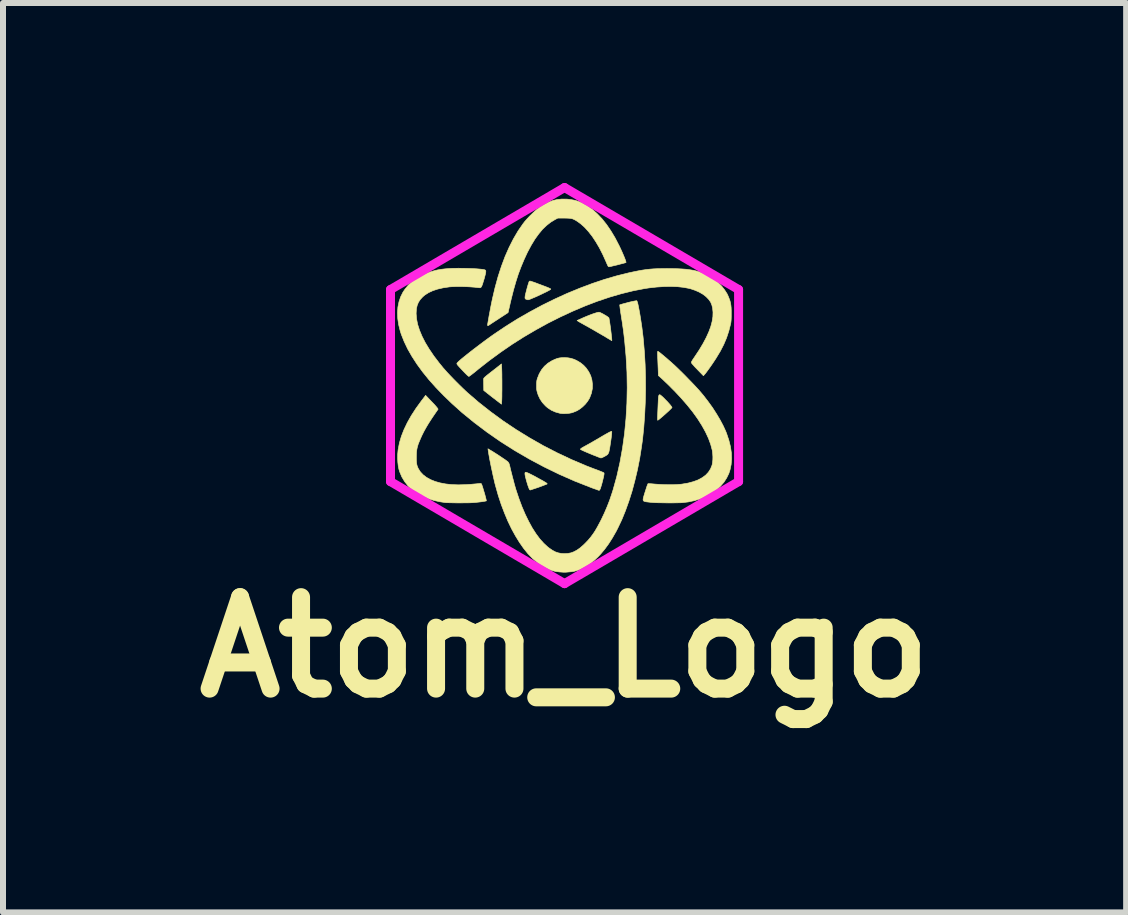
<source format=kicad_pcb>
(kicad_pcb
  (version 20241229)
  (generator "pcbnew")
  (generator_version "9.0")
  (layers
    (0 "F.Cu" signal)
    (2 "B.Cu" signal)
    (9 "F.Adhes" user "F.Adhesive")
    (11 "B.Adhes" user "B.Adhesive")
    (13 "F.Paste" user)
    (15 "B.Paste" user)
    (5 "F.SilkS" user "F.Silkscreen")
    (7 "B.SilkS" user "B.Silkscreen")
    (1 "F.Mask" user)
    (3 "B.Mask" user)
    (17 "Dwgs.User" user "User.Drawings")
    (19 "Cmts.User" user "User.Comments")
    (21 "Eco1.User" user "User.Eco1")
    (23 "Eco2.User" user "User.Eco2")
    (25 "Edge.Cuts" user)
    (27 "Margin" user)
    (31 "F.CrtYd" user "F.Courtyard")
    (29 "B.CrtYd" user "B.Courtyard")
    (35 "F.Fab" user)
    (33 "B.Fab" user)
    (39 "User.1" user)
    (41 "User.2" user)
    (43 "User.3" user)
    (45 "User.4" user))
  (footprint "Atom_Logo"
    (layer "F.Cu")
    (at 6.357 3.375)
    (property "Reference" "Atom_Logo" (at 0 4.36 0) (layer "F.SilkS") (effects (font (size 1.524 1.524) (thickness 0.3))))
    (attr through_hole)
    (fp_poly (pts (xy -1.047 -0.293) (xy -1.046 -0.267) (xy -1.045 -0.232) (xy -1.044 -0.188) (xy -1.044 -0.139) (xy -1.043 -0.085) (xy -1.043 -0.029) (xy -1.043 0.027) (xy -1.043 0.082) (xy -1.044 0.133) (xy -1.044 0.179) (xy -1.045 0.218) (xy -1.046 0.247) (xy -1.047 0.264) (xy -1.051 0.31) (xy -1.133 0.247) (xy -1.168 0.22) (xy -1.206 0.191) (xy -1.243 0.162) (xy -1.274 0.137) (xy -1.281 0.132) (xy -1.346 0.081) (xy -1.347 -0.004) (xy -1.348 -0.037) (xy -1.348 -0.068) (xy -1.349 -0.092) (xy -1.349 -0.107) (xy -1.349 -0.108) (xy -1.348 -0.114) (xy -1.346 -0.12) (xy -1.34 -0.128) (xy -1.33 -0.139) (xy -1.314 -0.153) (xy -1.293 -0.171) (xy -1.264 -0.194) (xy -1.226 -0.224) (xy -1.2 -0.244) (xy -1.051 -0.361) (xy -1.047 -0.293)) (stroke (width 0.01) (type solid)) (fill yes) (layer "F.SilkS"))
    (fp_poly (pts (xy -0.641 1.445) (xy -0.62 1.452) (xy -0.59 1.465) (xy -0.55 1.485) (xy -0.499 1.511) (xy -0.442 1.543) (xy -0.394 1.569) (xy -0.356 1.59) (xy -0.328 1.607) (xy -0.308 1.619) (xy -0.296 1.628) (xy -0.29 1.635) (xy -0.29 1.639) (xy -0.29 1.639) (xy -0.298 1.643) (xy -0.316 1.65) (xy -0.342 1.66) (xy -0.373 1.672) (xy -0.408 1.685) (xy -0.444 1.698) (xy -0.48 1.71) (xy -0.513 1.721) (xy -0.541 1.73) (xy -0.561 1.737) (xy -0.573 1.74) (xy -0.574 1.74) (xy -0.579 1.736) (xy -0.583 1.732) (xy -0.59 1.719) (xy -0.599 1.696) (xy -0.61 1.666) (xy -0.621 1.631) (xy -0.632 1.594) (xy -0.642 1.557) (xy -0.651 1.522) (xy -0.657 1.493) (xy -0.66 1.472) (xy -0.66 1.467) (xy -0.658 1.452) (xy -0.651 1.444) (xy -0.641 1.445)) (stroke (width 0.01) (type solid)) (fill yes) (layer "F.SilkS"))
    (fp_poly (pts (xy 1.597 0.157) (xy 1.613 0.17) (xy 1.634 0.188) (xy 1.659 0.212) (xy 1.685 0.239) (xy 1.712 0.266) (xy 1.737 0.294) (xy 1.759 0.319) (xy 1.776 0.341) (xy 1.787 0.357) (xy 1.791 0.365) (xy 1.786 0.372) (xy 1.773 0.386) (xy 1.754 0.405) (xy 1.73 0.428) (xy 1.702 0.453) (xy 1.673 0.479) (xy 1.644 0.505) (xy 1.616 0.529) (xy 1.591 0.55) (xy 1.571 0.566) (xy 1.558 0.575) (xy 1.552 0.578) (xy 1.551 0.572) (xy 1.55 0.556) (xy 1.55 0.531) (xy 1.551 0.501) (xy 1.552 0.491) (xy 1.553 0.452) (xy 1.555 0.406) (xy 1.557 0.357) (xy 1.559 0.31) (xy 1.56 0.292) (xy 1.562 0.246) (xy 1.564 0.211) (xy 1.566 0.186) (xy 1.57 0.169) (xy 1.574 0.159) (xy 1.58 0.154) (xy 1.587 0.152) (xy 1.587 0.152) (xy 1.597 0.157)) (stroke (width 0.01) (type solid)) (fill yes) (layer "F.SilkS"))
    (fp_poly (pts (xy -0.57 -1.741) (xy -0.556 -1.737) (xy -0.536 -1.73) (xy -0.508 -1.721) (xy -0.47 -1.707) (xy -0.434 -1.693) (xy -0.378 -1.672) (xy -0.332 -1.655) (xy -0.296 -1.641) (xy -0.269 -1.63) (xy -0.25 -1.621) (xy -0.237 -1.615) (xy -0.231 -1.61) (xy -0.229 -1.607) (xy -0.234 -1.601) (xy -0.25 -1.591) (xy -0.274 -1.578) (xy -0.304 -1.562) (xy -0.34 -1.545) (xy -0.379 -1.526) (xy -0.419 -1.507) (xy -0.46 -1.488) (xy -0.499 -1.471) (xy -0.535 -1.456) (xy -0.565 -1.443) (xy -0.589 -1.434) (xy -0.605 -1.43) (xy -0.609 -1.429) (xy -0.617 -1.431) (xy -0.632 -1.435) (xy -0.634 -1.436) (xy -0.649 -1.442) (xy -0.657 -1.452) (xy -0.659 -1.468) (xy -0.656 -1.493) (xy -0.655 -1.501) (xy -0.649 -1.527) (xy -0.641 -1.558) (xy -0.632 -1.593) (xy -0.623 -1.628) (xy -0.613 -1.663) (xy -0.604 -1.693) (xy -0.596 -1.717) (xy -0.59 -1.733) (xy -0.588 -1.737) (xy -0.584 -1.74) (xy -0.579 -1.741) (xy -0.57 -1.741)) (stroke (width 0.01) (type solid)) (fill yes) (layer "F.SilkS"))
    (fp_poly (pts (xy 0.577 -1.222) (xy 0.594 -1.217) (xy 0.616 -1.206) (xy 0.642 -1.193) (xy 0.669 -1.177) (xy 0.695 -1.162) (xy 0.717 -1.147) (xy 0.733 -1.135) (xy 0.74 -1.127) (xy 0.74 -1.127) (xy 0.744 -1.104) (xy 0.75 -1.073) (xy 0.755 -1.036) (xy 0.761 -0.995) (xy 0.767 -0.953) (xy 0.772 -0.91) (xy 0.777 -0.868) (xy 0.781 -0.83) (xy 0.785 -0.798) (xy 0.787 -0.772) (xy 0.788 -0.755) (xy 0.787 -0.749) (xy 0.787 -0.749) (xy 0.781 -0.752) (xy 0.766 -0.761) (xy 0.746 -0.773) (xy 0.73 -0.782) (xy 0.694 -0.804) (xy 0.65 -0.83) (xy 0.6 -0.859) (xy 0.548 -0.889) (xy 0.495 -0.92) (xy 0.444 -0.949) (xy 0.397 -0.976) (xy 0.357 -0.998) (xy 0.33 -1.013) (xy 0.3 -1.03) (xy 0.271 -1.046) (xy 0.248 -1.059) (xy 0.232 -1.069) (xy 0.23 -1.07) (xy 0.209 -1.084) (xy 0.262 -1.108) (xy 0.315 -1.132) (xy 0.367 -1.154) (xy 0.417 -1.174) (xy 0.462 -1.191) (xy 0.503 -1.205) (xy 0.536 -1.215) (xy 0.561 -1.221) (xy 0.576 -1.223) (xy 0.577 -1.222)) (stroke (width 0.01) (type solid)) (fill yes) (layer "F.SilkS"))
    (fp_poly (pts (xy 0.786 0.765) (xy 0.787 0.773) (xy 0.786 0.791) (xy 0.784 0.818) (xy 0.78 0.852) (xy 0.775 0.89) (xy 0.769 0.931) (xy 0.763 0.972) (xy 0.757 1.012) (xy 0.751 1.048) (xy 0.745 1.079) (xy 0.74 1.102) (xy 0.736 1.115) (xy 0.727 1.134) (xy 0.716 1.149) (xy 0.704 1.158) (xy 0.686 1.169) (xy 0.664 1.182) (xy 0.641 1.193) (xy 0.621 1.202) (xy 0.608 1.206) (xy 0.607 1.206) (xy 0.599 1.204) (xy 0.581 1.197) (xy 0.556 1.188) (xy 0.525 1.175) (xy 0.489 1.161) (xy 0.485 1.16) (xy 0.427 1.136) (xy 0.377 1.115) (xy 0.335 1.097) (xy 0.302 1.082) (xy 0.279 1.071) (xy 0.268 1.065) (xy 0.265 1.061) (xy 0.267 1.056) (xy 0.274 1.049) (xy 0.288 1.039) (xy 0.31 1.026) (xy 0.341 1.009) (xy 0.375 0.99) (xy 0.406 0.973) (xy 0.446 0.951) (xy 0.49 0.925) (xy 0.535 0.899) (xy 0.58 0.873) (xy 0.593 0.865) (xy 0.647 0.833) (xy 0.691 0.808) (xy 0.725 0.789) (xy 0.751 0.775) (xy 0.77 0.767) (xy 0.781 0.764) (xy 0.786 0.765)) (stroke (width 0.01) (type solid)) (fill yes) (layer "F.SilkS"))
    (fp_poly (pts (xy 0 -0.466) (xy 0.056 -0.463) (xy 0.106 -0.454) (xy 0.155 -0.439) (xy 0.2 -0.419) (xy 0.263 -0.382) (xy 0.319 -0.337) (xy 0.359 -0.294) (xy 0.403 -0.231) (xy 0.436 -0.164) (xy 0.456 -0.094) (xy 0.465 -0.021) (xy 0.463 0.052) (xy 0.448 0.126) (xy 0.421 0.198) (xy 0.411 0.219) (xy 0.382 0.265) (xy 0.345 0.311) (xy 0.301 0.354) (xy 0.255 0.39) (xy 0.21 0.418) (xy 0.18 0.431) (xy 0.15 0.443) (xy 0.124 0.452) (xy 0.117 0.454) (xy 0.074 0.462) (xy 0.025 0.466) (xy -0.024 0.467) (xy -0.069 0.463) (xy -0.079 0.461) (xy -0.154 0.44) (xy -0.221 0.41) (xy -0.284 0.368) (xy -0.318 0.338) (xy -0.368 0.284) (xy -0.407 0.226) (xy -0.438 0.161) (xy -0.445 0.14) (xy -0.454 0.112) (xy -0.46 0.089) (xy -0.464 0.067) (xy -0.466 0.041) (xy -0.466 0.008) (xy -0.466 0.003) (xy -0.466 -0.034) (xy -0.464 -0.063) (xy -0.461 -0.087) (xy -0.455 -0.11) (xy -0.452 -0.12) (xy -0.422 -0.196) (xy -0.383 -0.263) (xy -0.335 -0.322) (xy -0.278 -0.372) (xy -0.212 -0.413) (xy -0.2 -0.419) (xy -0.156 -0.439) (xy -0.119 -0.453) (xy -0.084 -0.461) (xy -0.046 -0.465) (xy -0.002 -0.466) (xy 0 -0.466)) (stroke (width 0.01) (type solid)) (fill yes) (layer "F.SilkS"))
    (fp_poly (pts (xy -2.227 0.255) (xy -2.199 0.284) (xy -2.172 0.312) (xy -2.15 0.337) (xy -2.133 0.357) (xy -2.123 0.369) (xy -2.123 0.369) (xy -2.107 0.393) (xy -2.163 0.474) (xy -2.219 0.557) (xy -2.268 0.633) (xy -2.31 0.704) (xy -2.347 0.771) (xy -2.38 0.838) (xy -2.396 0.874) (xy -2.42 0.93) (xy -2.439 0.978) (xy -2.452 1.021) (xy -2.461 1.063) (xy -2.467 1.108) (xy -2.469 1.157) (xy -2.47 1.201) (xy -2.469 1.25) (xy -2.466 1.29) (xy -2.46 1.324) (xy -2.45 1.354) (xy -2.437 1.383) (xy -2.403 1.437) (xy -2.357 1.486) (xy -2.301 1.529) (xy -2.235 1.566) (xy -2.159 1.597) (xy -2.075 1.621) (xy -1.981 1.639) (xy -1.88 1.65) (xy -1.77 1.654) (xy -1.653 1.651) (xy -1.648 1.651) (xy -1.604 1.648) (xy -1.559 1.645) (xy -1.516 1.641) (xy -1.479 1.638) (xy -1.458 1.636) (xy -1.428 1.633) (xy -1.407 1.631) (xy -1.395 1.632) (xy -1.388 1.634) (xy -1.385 1.638) (xy -1.379 1.651) (xy -1.371 1.674) (xy -1.362 1.702) (xy -1.352 1.736) (xy -1.341 1.772) (xy -1.33 1.808) (xy -1.321 1.842) (xy -1.313 1.873) (xy -1.307 1.898) (xy -1.303 1.915) (xy -1.303 1.921) (xy -1.311 1.923) (xy -1.329 1.927) (xy -1.354 1.931) (xy -1.385 1.936) (xy -1.419 1.94) (xy -1.454 1.944) (xy -1.487 1.948) (xy -1.505 1.949) (xy -1.534 1.951) (xy -1.573 1.953) (xy -1.62 1.954) (xy -1.671 1.954) (xy -1.726 1.955) (xy -1.782 1.955) (xy -1.836 1.954) (xy -1.886 1.953) (xy -1.93 1.952) (xy -1.966 1.951) (xy -1.991 1.949) (xy -2.082 1.935) (xy -2.175 1.914) (xy -2.265 1.886) (xy -2.351 1.852) (xy -2.428 1.813) (xy -2.468 1.789) (xy -2.543 1.733) (xy -2.609 1.67) (xy -2.665 1.599) (xy -2.711 1.522) (xy -2.746 1.439) (xy -2.76 1.394) (xy -2.771 1.339) (xy -2.778 1.276) (xy -2.781 1.209) (xy -2.78 1.141) (xy -2.774 1.076) (xy -2.772 1.062) (xy -2.751 0.954) (xy -2.719 0.845) (xy -2.675 0.733) (xy -2.62 0.618) (xy -2.554 0.501) (xy -2.475 0.379) (xy -2.385 0.255) (xy -2.365 0.229) (xy -2.315 0.163) (xy -2.227 0.255)) (stroke (width 0.01) (type solid)) (fill yes) (layer "F.SilkS"))
    (fp_poly (pts (xy 1.562 -0.567) (xy 1.578 -0.556) (xy 1.6 -0.539) (xy 1.628 -0.516) (xy 1.66 -0.489) (xy 1.695 -0.46) (xy 1.73 -0.429) (xy 1.766 -0.398) (xy 1.8 -0.367) (xy 1.832 -0.339) (xy 1.836 -0.335) (xy 1.874 -0.299) (xy 1.917 -0.257) (xy 1.965 -0.21) (xy 2.015 -0.16) (xy 2.064 -0.109) (xy 2.113 -0.059) (xy 2.158 -0.012) (xy 2.197 0.03) (xy 2.23 0.066) (xy 2.237 0.073) (xy 2.317 0.168) (xy 2.393 0.267) (xy 2.466 0.368) (xy 2.532 0.471) (xy 2.592 0.572) (xy 2.644 0.67) (xy 2.687 0.764) (xy 2.701 0.8) (xy 2.738 0.911) (xy 2.765 1.019) (xy 2.78 1.122) (xy 2.783 1.222) (xy 2.776 1.316) (xy 2.757 1.406) (xy 2.738 1.464) (xy 2.702 1.538) (xy 2.656 1.61) (xy 2.599 1.676) (xy 2.533 1.738) (xy 2.46 1.792) (xy 2.38 1.838) (xy 2.359 1.848) (xy 2.266 1.886) (xy 2.165 1.917) (xy 2.06 1.939) (xy 1.978 1.949) (xy 1.944 1.952) (xy 1.9 1.953) (xy 1.847 1.954) (xy 1.789 1.955) (xy 1.728 1.955) (xy 1.666 1.954) (xy 1.605 1.953) (xy 1.548 1.952) (xy 1.497 1.95) (xy 1.455 1.947) (xy 1.433 1.945) (xy 1.389 1.94) (xy 1.356 1.936) (xy 1.333 1.93) (xy 1.318 1.923) (xy 1.311 1.912) (xy 1.309 1.898) (xy 1.312 1.878) (xy 1.317 1.858) (xy 1.325 1.829) (xy 1.335 1.796) (xy 1.346 1.761) (xy 1.357 1.727) (xy 1.367 1.695) (xy 1.377 1.667) (xy 1.385 1.647) (xy 1.39 1.636) (xy 1.391 1.635) (xy 1.399 1.634) (xy 1.418 1.635) (xy 1.445 1.636) (xy 1.478 1.639) (xy 1.513 1.642) (xy 1.586 1.647) (xy 1.662 1.651) (xy 1.737 1.652) (xy 1.81 1.652) (xy 1.878 1.649) (xy 1.937 1.644) (xy 1.956 1.642) (xy 2.057 1.625) (xy 2.146 1.601) (xy 2.225 1.572) (xy 2.293 1.535) (xy 2.351 1.493) (xy 2.397 1.444) (xy 2.433 1.388) (xy 2.458 1.326) (xy 2.461 1.314) (xy 2.467 1.279) (xy 2.471 1.236) (xy 2.472 1.188) (xy 2.469 1.14) (xy 2.464 1.095) (xy 2.461 1.076) (xy 2.435 0.979) (xy 2.398 0.878) (xy 2.349 0.773) (xy 2.289 0.665) (xy 2.218 0.553) (xy 2.136 0.439) (xy 2.043 0.323) (xy 1.94 0.205) (xy 1.827 0.084) (xy 1.821 0.079) (xy 1.784 0.042) (xy 1.747 0.004) (xy 1.71 -0.032) (xy 1.676 -0.064) (xy 1.648 -0.091) (xy 1.63 -0.108) (xy 1.564 -0.167) (xy 1.56 -0.279) (xy 1.558 -0.324) (xy 1.556 -0.374) (xy 1.554 -0.423) (xy 1.552 -0.466) (xy 1.552 -0.481) (xy 1.55 -0.52) (xy 1.55 -0.547) (xy 1.551 -0.564) (xy 1.554 -0.571) (xy 1.555 -0.572) (xy 1.562 -0.567)) (stroke (width 0.01) (type solid)) (fill yes) (layer "F.SilkS"))
    (fp_poly (pts (xy 0.034 -3.107) (xy 0.052 -3.106) (xy 0.116 -3.098) (xy 0.173 -3.087) (xy 0.226 -3.071) (xy 0.28 -3.049) (xy 0.303 -3.038) (xy 0.386 -2.991) (xy 0.468 -2.932) (xy 0.548 -2.86) (xy 0.626 -2.777) (xy 0.701 -2.683) (xy 0.773 -2.577) (xy 0.842 -2.462) (xy 0.908 -2.335) (xy 0.914 -2.323) (xy 0.936 -2.276) (xy 0.957 -2.23) (xy 0.976 -2.186) (xy 0.993 -2.146) (xy 1.007 -2.111) (xy 1.017 -2.082) (xy 1.023 -2.062) (xy 1.025 -2.052) (xy 1.024 -2.051) (xy 1.017 -2.048) (xy 1 -2.043) (xy 0.974 -2.036) (xy 0.943 -2.028) (xy 0.908 -2.019) (xy 0.871 -2.009) (xy 0.835 -2.001) (xy 0.802 -1.993) (xy 0.774 -1.986) (xy 0.754 -1.982) (xy 0.743 -1.98) (xy 0.737 -1.98) (xy 0.731 -1.983) (xy 0.725 -1.991) (xy 0.718 -2.004) (xy 0.708 -2.026) (xy 0.694 -2.058) (xy 0.689 -2.07) (xy 0.636 -2.187) (xy 0.581 -2.295) (xy 0.522 -2.395) (xy 0.462 -2.486) (xy 0.399 -2.566) (xy 0.336 -2.636) (xy 0.271 -2.694) (xy 0.225 -2.728) (xy 0.192 -2.75) (xy 0.164 -2.765) (xy 0.138 -2.777) (xy 0.112 -2.784) (xy 0.081 -2.788) (xy 0.044 -2.79) (xy -0.002 -2.791) (xy -0.006 -2.791) (xy -0.111 -2.791) (xy -0.159 -2.766) (xy -0.23 -2.723) (xy -0.299 -2.669) (xy -0.366 -2.605) (xy -0.43 -2.528) (xy -0.493 -2.441) (xy -0.554 -2.341) (xy -0.614 -2.229) (xy -0.622 -2.213) (xy -0.675 -2.098) (xy -0.724 -1.981) (xy -0.77 -1.859) (xy -0.811 -1.731) (xy -0.85 -1.594) (xy -0.887 -1.448) (xy -0.905 -1.374) (xy -0.914 -1.331) (xy -0.923 -1.293) (xy -0.931 -1.26) (xy -0.936 -1.235) (xy -0.94 -1.22) (xy -0.942 -1.215) (xy -0.947 -1.212) (xy -0.962 -1.202) (xy -0.985 -1.187) (xy -1.014 -1.168) (xy -1.048 -1.146) (xy -1.087 -1.121) (xy -1.092 -1.117) (xy -1.132 -1.091) (xy -1.169 -1.067) (xy -1.201 -1.046) (xy -1.227 -1.029) (xy -1.246 -1.016) (xy -1.256 -1.009) (xy -1.257 -1.009) (xy -1.272 -0.999) (xy -1.28 -0.999) (xy -1.283 -1.009) (xy -1.283 -1.009) (xy -1.282 -1.02) (xy -1.278 -1.042) (xy -1.273 -1.072) (xy -1.266 -1.11) (xy -1.259 -1.153) (xy -1.25 -1.199) (xy -1.241 -1.248) (xy -1.232 -1.297) (xy -1.223 -1.343) (xy -1.214 -1.387) (xy -1.206 -1.425) (xy -1.203 -1.44) (xy -1.158 -1.632) (xy -1.108 -1.814) (xy -1.052 -1.987) (xy -0.991 -2.15) (xy -0.924 -2.302) (xy -0.852 -2.444) (xy -0.776 -2.574) (xy -0.694 -2.693) (xy -0.691 -2.697) (xy -0.661 -2.736) (xy -0.624 -2.778) (xy -0.583 -2.822) (xy -0.539 -2.865) (xy -0.497 -2.905) (xy -0.456 -2.94) (xy -0.42 -2.968) (xy -0.407 -2.978) (xy -0.331 -3.024) (xy -0.259 -3.059) (xy -0.189 -3.085) (xy -0.118 -3.101) (xy -0.045 -3.108) (xy 0.034 -3.107)) (stroke (width 0.01) (type solid)) (fill yes) (layer "F.SilkS"))
    (fp_poly (pts (xy -1.706 -1.954) (xy -1.644 -1.953) (xy -1.583 -1.951) (xy -1.524 -1.949) (xy -1.47 -1.946) (xy -1.421 -1.942) (xy -1.38 -1.938) (xy -1.348 -1.933) (xy -1.327 -1.928) (xy -1.326 -1.927) (xy -1.318 -1.922) (xy -1.313 -1.913) (xy -1.312 -1.9) (xy -1.314 -1.88) (xy -1.32 -1.852) (xy -1.33 -1.814) (xy -1.339 -1.78) (xy -1.354 -1.732) (xy -1.365 -1.695) (xy -1.375 -1.668) (xy -1.384 -1.649) (xy -1.392 -1.638) (xy -1.4 -1.632) (xy -1.409 -1.63) (xy -1.41 -1.63) (xy -1.422 -1.631) (xy -1.443 -1.633) (xy -1.472 -1.636) (xy -1.506 -1.64) (xy -1.523 -1.641) (xy -1.575 -1.645) (xy -1.634 -1.648) (xy -1.696 -1.65) (xy -1.758 -1.651) (xy -1.817 -1.65) (xy -1.871 -1.648) (xy -1.916 -1.645) (xy -1.923 -1.644) (xy -2.023 -1.629) (xy -2.114 -1.608) (xy -2.196 -1.581) (xy -2.267 -1.548) (xy -2.328 -1.509) (xy -2.365 -1.477) (xy -2.405 -1.433) (xy -2.435 -1.387) (xy -2.455 -1.338) (xy -2.468 -1.283) (xy -2.472 -1.22) (xy -2.473 -1.2) (xy -2.466 -1.112) (xy -2.448 -1.02) (xy -2.417 -0.923) (xy -2.375 -0.822) (xy -2.321 -0.716) (xy -2.255 -0.607) (xy -2.177 -0.492) (xy -2.087 -0.374) (xy -2.025 -0.298) (xy -1.993 -0.262) (xy -1.954 -0.218) (xy -1.909 -0.17) (xy -1.86 -0.119) (xy -1.808 -0.066) (xy -1.757 -0.015) (xy -1.707 0.034) (xy -1.66 0.079) (xy -1.626 0.111) (xy -1.436 0.275) (xy -1.236 0.433) (xy -1.027 0.586) (xy -0.809 0.732) (xy -0.585 0.87) (xy -0.355 1.001) (xy -0.12 1.122) (xy 0.118 1.234) (xy 0.358 1.336) (xy 0.487 1.386) (xy 0.529 1.401) (xy 0.568 1.416) (xy 0.601 1.429) (xy 0.627 1.44) (xy 0.645 1.447) (xy 0.652 1.451) (xy 0.657 1.456) (xy 0.659 1.464) (xy 0.658 1.478) (xy 0.654 1.5) (xy 0.654 1.502) (xy 0.648 1.529) (xy 0.64 1.563) (xy 0.631 1.6) (xy 0.621 1.638) (xy 0.611 1.672) (xy 0.602 1.701) (xy 0.595 1.722) (xy 0.594 1.723) (xy 0.586 1.738) (xy 0.578 1.746) (xy 0.577 1.746) (xy 0.568 1.744) (xy 0.55 1.738) (xy 0.524 1.728) (xy 0.491 1.717) (xy 0.453 1.703) (xy 0.435 1.696) (xy 0.173 1.593) (xy -0.086 1.479) (xy -0.339 1.356) (xy -0.587 1.224) (xy -0.828 1.084) (xy -1.062 0.936) (xy -1.287 0.78) (xy -1.503 0.617) (xy -1.709 0.449) (xy -1.721 0.438) (xy -1.872 0.303) (xy -2.011 0.169) (xy -2.14 0.036) (xy -2.258 -0.096) (xy -2.364 -0.227) (xy -2.459 -0.357) (xy -2.542 -0.485) (xy -2.614 -0.611) (xy -2.673 -0.735) (xy -2.721 -0.856) (xy -2.738 -0.91) (xy -2.764 -1.014) (xy -2.779 -1.115) (xy -2.783 -1.213) (xy -2.777 -1.306) (xy -2.759 -1.395) (xy -2.731 -1.478) (xy -2.693 -1.555) (xy -2.656 -1.61) (xy -2.602 -1.675) (xy -2.543 -1.732) (xy -2.48 -1.781) (xy -2.409 -1.823) (xy -2.329 -1.861) (xy -2.244 -1.892) (xy -2.181 -1.911) (xy -2.121 -1.926) (xy -2.059 -1.937) (xy -1.991 -1.945) (xy -1.93 -1.95) (xy -1.881 -1.953) (xy -1.826 -1.954) (xy -1.767 -1.955) (xy -1.706 -1.954)) (stroke (width 0.01) (type solid)) (fill yes) (layer "F.SilkS"))
    (fp_poly (pts (xy 1.801 -1.949) (xy 1.886 -1.947) (xy 1.961 -1.943) (xy 2.029 -1.938) (xy 2.089 -1.93) (xy 2.145 -1.921) (xy 2.197 -1.909) (xy 2.248 -1.894) (xy 2.298 -1.876) (xy 2.349 -1.855) (xy 2.422 -1.817) (xy 2.493 -1.771) (xy 2.558 -1.717) (xy 2.618 -1.657) (xy 2.668 -1.593) (xy 2.71 -1.527) (xy 2.729 -1.485) (xy 2.745 -1.445) (xy 2.758 -1.408) (xy 2.766 -1.374) (xy 2.772 -1.338) (xy 2.776 -1.298) (xy 2.778 -1.251) (xy 2.778 -1.203) (xy 2.778 -1.153) (xy 2.777 -1.113) (xy 2.775 -1.08) (xy 2.772 -1.053) (xy 2.768 -1.029) (xy 2.766 -1.022) (xy 2.737 -0.908) (xy 2.7 -0.796) (xy 2.653 -0.685) (xy 2.596 -0.574) (xy 2.527 -0.46) (xy 2.523 -0.453) (xy 2.492 -0.406) (xy 2.46 -0.358) (xy 2.428 -0.312) (xy 2.398 -0.27) (xy 2.371 -0.233) (xy 2.349 -0.204) (xy 2.338 -0.191) (xy 2.314 -0.164) (xy 2.221 -0.26) (xy 2.192 -0.29) (xy 2.166 -0.317) (xy 2.145 -0.342) (xy 2.128 -0.36) (xy 2.119 -0.372) (xy 2.118 -0.374) (xy 2.115 -0.381) (xy 2.114 -0.387) (xy 2.116 -0.396) (xy 2.122 -0.408) (xy 2.132 -0.425) (xy 2.148 -0.449) (xy 2.169 -0.48) (xy 2.244 -0.593) (xy 2.308 -0.7) (xy 2.361 -0.8) (xy 2.404 -0.895) (xy 2.437 -0.984) (xy 2.459 -1.068) (xy 2.472 -1.148) (xy 2.474 -1.222) (xy 2.467 -1.293) (xy 2.454 -1.344) (xy 2.434 -1.392) (xy 2.401 -1.438) (xy 2.358 -1.482) (xy 2.306 -1.522) (xy 2.245 -1.557) (xy 2.177 -1.587) (xy 2.103 -1.612) (xy 2.073 -1.62) (xy 1.982 -1.637) (xy 1.881 -1.648) (xy 1.772 -1.652) (xy 1.657 -1.65) (xy 1.535 -1.642) (xy 1.41 -1.628) (xy 1.331 -1.616) (xy 1.141 -1.579) (xy 0.947 -1.531) (xy 0.748 -1.473) (xy 0.546 -1.405) (xy 0.342 -1.327) (xy 0.137 -1.24) (xy -0.068 -1.145) (xy -0.273 -1.042) (xy -0.475 -0.931) (xy -0.676 -0.813) (xy -0.873 -0.688) (xy -1.065 -0.556) (xy -1.252 -0.419) (xy -1.433 -0.277) (xy -1.463 -0.252) (xy -1.497 -0.224) (xy -1.528 -0.2) (xy -1.555 -0.179) (xy -1.576 -0.164) (xy -1.59 -0.154) (xy -1.594 -0.152) (xy -1.602 -0.157) (xy -1.617 -0.169) (xy -1.637 -0.188) (xy -1.661 -0.212) (xy -1.685 -0.237) (xy -1.719 -0.273) (xy -1.746 -0.302) (xy -1.766 -0.324) (xy -1.78 -0.34) (xy -1.788 -0.352) (xy -1.793 -0.36) (xy -1.794 -0.366) (xy -1.793 -0.371) (xy -1.791 -0.374) (xy -1.782 -0.385) (xy -1.764 -0.403) (xy -1.737 -0.427) (xy -1.703 -0.456) (xy -1.662 -0.489) (xy -1.616 -0.526) (xy -1.565 -0.566) (xy -1.51 -0.609) (xy -1.453 -0.652) (xy -1.395 -0.696) (xy -1.335 -0.741) (xy -1.276 -0.784) (xy -1.218 -0.826) (xy -1.171 -0.859) (xy -0.982 -0.986) (xy -0.786 -1.109) (xy -0.584 -1.225) (xy -0.378 -1.336) (xy -0.169 -1.439) (xy 0.041 -1.535) (xy 0.252 -1.622) (xy 0.462 -1.701) (xy 0.67 -1.771) (xy 0.874 -1.83) (xy 1.072 -1.879) (xy 1.156 -1.897) (xy 1.23 -1.912) (xy 1.297 -1.924) (xy 1.36 -1.933) (xy 1.422 -1.94) (xy 1.485 -1.945) (xy 1.552 -1.948) (xy 1.625 -1.949) (xy 1.705 -1.95) (xy 1.801 -1.949)) (stroke (width 0.01) (type solid)) (fill yes) (layer "F.SilkS"))
    (fp_poly (pts (xy 1.203 -1.414) (xy 1.208 -1.406) (xy 1.215 -1.387) (xy 1.223 -1.357) (xy 1.231 -1.318) (xy 1.24 -1.272) (xy 1.25 -1.219) (xy 1.26 -1.16) (xy 1.27 -1.097) (xy 1.28 -1.031) (xy 1.29 -0.963) (xy 1.298 -0.894) (xy 1.307 -0.825) (xy 1.314 -0.758) (xy 1.314 -0.756) (xy 1.331 -0.555) (xy 1.343 -0.349) (xy 1.349 -0.138) (xy 1.35 0.075) (xy 1.345 0.287) (xy 1.335 0.496) (xy 1.32 0.7) (xy 1.3 0.896) (xy 1.282 1.025) (xy 1.252 1.215) (xy 1.215 1.402) (xy 1.172 1.583) (xy 1.125 1.759) (xy 1.072 1.926) (xy 1.015 2.085) (xy 0.954 2.235) (xy 0.888 2.374) (xy 0.86 2.429) (xy 0.797 2.539) (xy 0.734 2.638) (xy 0.668 2.728) (xy 0.6 2.809) (xy 0.553 2.858) (xy 0.492 2.915) (xy 0.433 2.963) (xy 0.373 3.003) (xy 0.31 3.039) (xy 0.29 3.048) (xy 0.243 3.069) (xy 0.2 3.084) (xy 0.158 3.095) (xy 0.11 3.102) (xy 0.074 3.105) (xy 0.042 3.108) (xy 0.018 3.11) (xy -0.001 3.11) (xy -0.021 3.11) (xy -0.044 3.108) (xy -0.075 3.106) (xy -0.086 3.105) (xy -0.143 3.098) (xy -0.194 3.086) (xy -0.246 3.068) (xy -0.286 3.05) (xy -0.329 3.029) (xy -0.366 3.009) (xy -0.401 2.987) (xy -0.438 2.96) (xy -0.46 2.943) (xy -0.536 2.878) (xy -0.61 2.801) (xy -0.682 2.712) (xy -0.751 2.613) (xy -0.818 2.504) (xy -0.883 2.386) (xy -0.944 2.259) (xy -1.001 2.123) (xy -1.055 1.981) (xy -1.104 1.832) (xy -1.148 1.676) (xy -1.16 1.632) (xy -1.169 1.593) (xy -1.18 1.546) (xy -1.192 1.493) (xy -1.204 1.436) (xy -1.217 1.377) (xy -1.229 1.319) (xy -1.24 1.263) (xy -1.25 1.214) (xy -1.257 1.171) (xy -1.263 1.139) (xy -1.263 1.137) (xy -1.267 1.111) (xy -1.271 1.087) (xy -1.273 1.072) (xy -1.273 1.071) (xy -1.276 1.053) (xy -1.246 1.071) (xy -1.215 1.089) (xy -1.179 1.111) (xy -1.14 1.136) (xy -1.101 1.161) (xy -1.062 1.187) (xy -1.027 1.211) (xy -0.995 1.232) (xy -0.97 1.25) (xy -0.952 1.264) (xy -0.945 1.269) (xy -0.933 1.284) (xy -0.924 1.301) (xy -0.917 1.323) (xy -0.912 1.343) (xy -0.904 1.379) (xy -0.893 1.424) (xy -0.88 1.474) (xy -0.867 1.527) (xy -0.852 1.581) (xy -0.839 1.633) (xy -0.826 1.679) (xy -0.815 1.717) (xy -0.81 1.734) (xy -0.761 1.881) (xy -0.709 2.02) (xy -0.654 2.148) (xy -0.596 2.266) (xy -0.537 2.374) (xy -0.475 2.47) (xy -0.412 2.555) (xy -0.346 2.628) (xy -0.28 2.689) (xy -0.257 2.707) (xy -0.203 2.744) (xy -0.153 2.771) (xy -0.102 2.788) (xy -0.05 2.798) (xy 0 2.8) (xy 0.056 2.797) (xy 0.108 2.787) (xy 0.158 2.768) (xy 0.208 2.741) (xy 0.259 2.705) (xy 0.313 2.658) (xy 0.346 2.626) (xy 0.392 2.578) (xy 0.434 2.528) (xy 0.473 2.476) (xy 0.511 2.419) (xy 0.548 2.355) (xy 0.587 2.282) (xy 0.613 2.232) (xy 0.665 2.122) (xy 0.71 2.017) (xy 0.751 1.912) (xy 0.788 1.802) (xy 0.809 1.737) (xy 0.871 1.513) (xy 0.923 1.282) (xy 0.966 1.043) (xy 1 0.798) (xy 1.024 0.549) (xy 1.039 0.294) (xy 1.044 0.036) (xy 1.04 -0.224) (xy 1.025 -0.486) (xy 1.001 -0.75) (xy 0.984 -0.895) (xy 0.979 -0.934) (xy 0.972 -0.98) (xy 0.965 -1.032) (xy 0.957 -1.083) (xy 0.949 -1.13) (xy 0.943 -1.173) (xy 0.936 -1.215) (xy 0.931 -1.252) (xy 0.927 -1.282) (xy 0.924 -1.303) (xy 0.924 -1.306) (xy 0.919 -1.345) (xy 0.96 -1.358) (xy 0.989 -1.366) (xy 1.024 -1.375) (xy 1.06 -1.385) (xy 1.097 -1.394) (xy 1.131 -1.402) (xy 1.161 -1.408) (xy 1.185 -1.412) (xy 1.199 -1.414) (xy 1.203 -1.414)) (stroke (width 0.01) (type solid)) (fill yes) (layer "F.SilkS"))
    (fp_line (start -2.9 -1.6) (end 0 -3.3) (stroke (width 0.15) (type solid)) (layer "F.CrtYd"))
    (fp_line (start -2.9 1.6) (end -2.9 -1.6) (stroke (width 0.15) (type solid)) (layer "F.CrtYd"))
    (fp_line (start 0 -3.3) (end 2.9 -1.6) (stroke (width 0.15) (type solid)) (layer "F.CrtYd"))
    (fp_line (start 0 3.3) (end -2.9 1.6) (stroke (width 0.15) (type solid)) (layer "F.CrtYd"))
    (fp_line (start 2.9 -1.6) (end 2.9 1.6) (stroke (width 0.15) (type solid)) (layer "F.CrtYd"))
    (fp_line (start 2.9 1.6) (end 0 3.3) (stroke (width 0.15) (type solid)) (layer "F.CrtYd")))
  (gr_rect
    (start -3 -3)
    (end 15.715 12.153)
    (stroke (width 0.1) (type default))
    (fill no)
    (layer "Edge.Cuts")))
</source>
